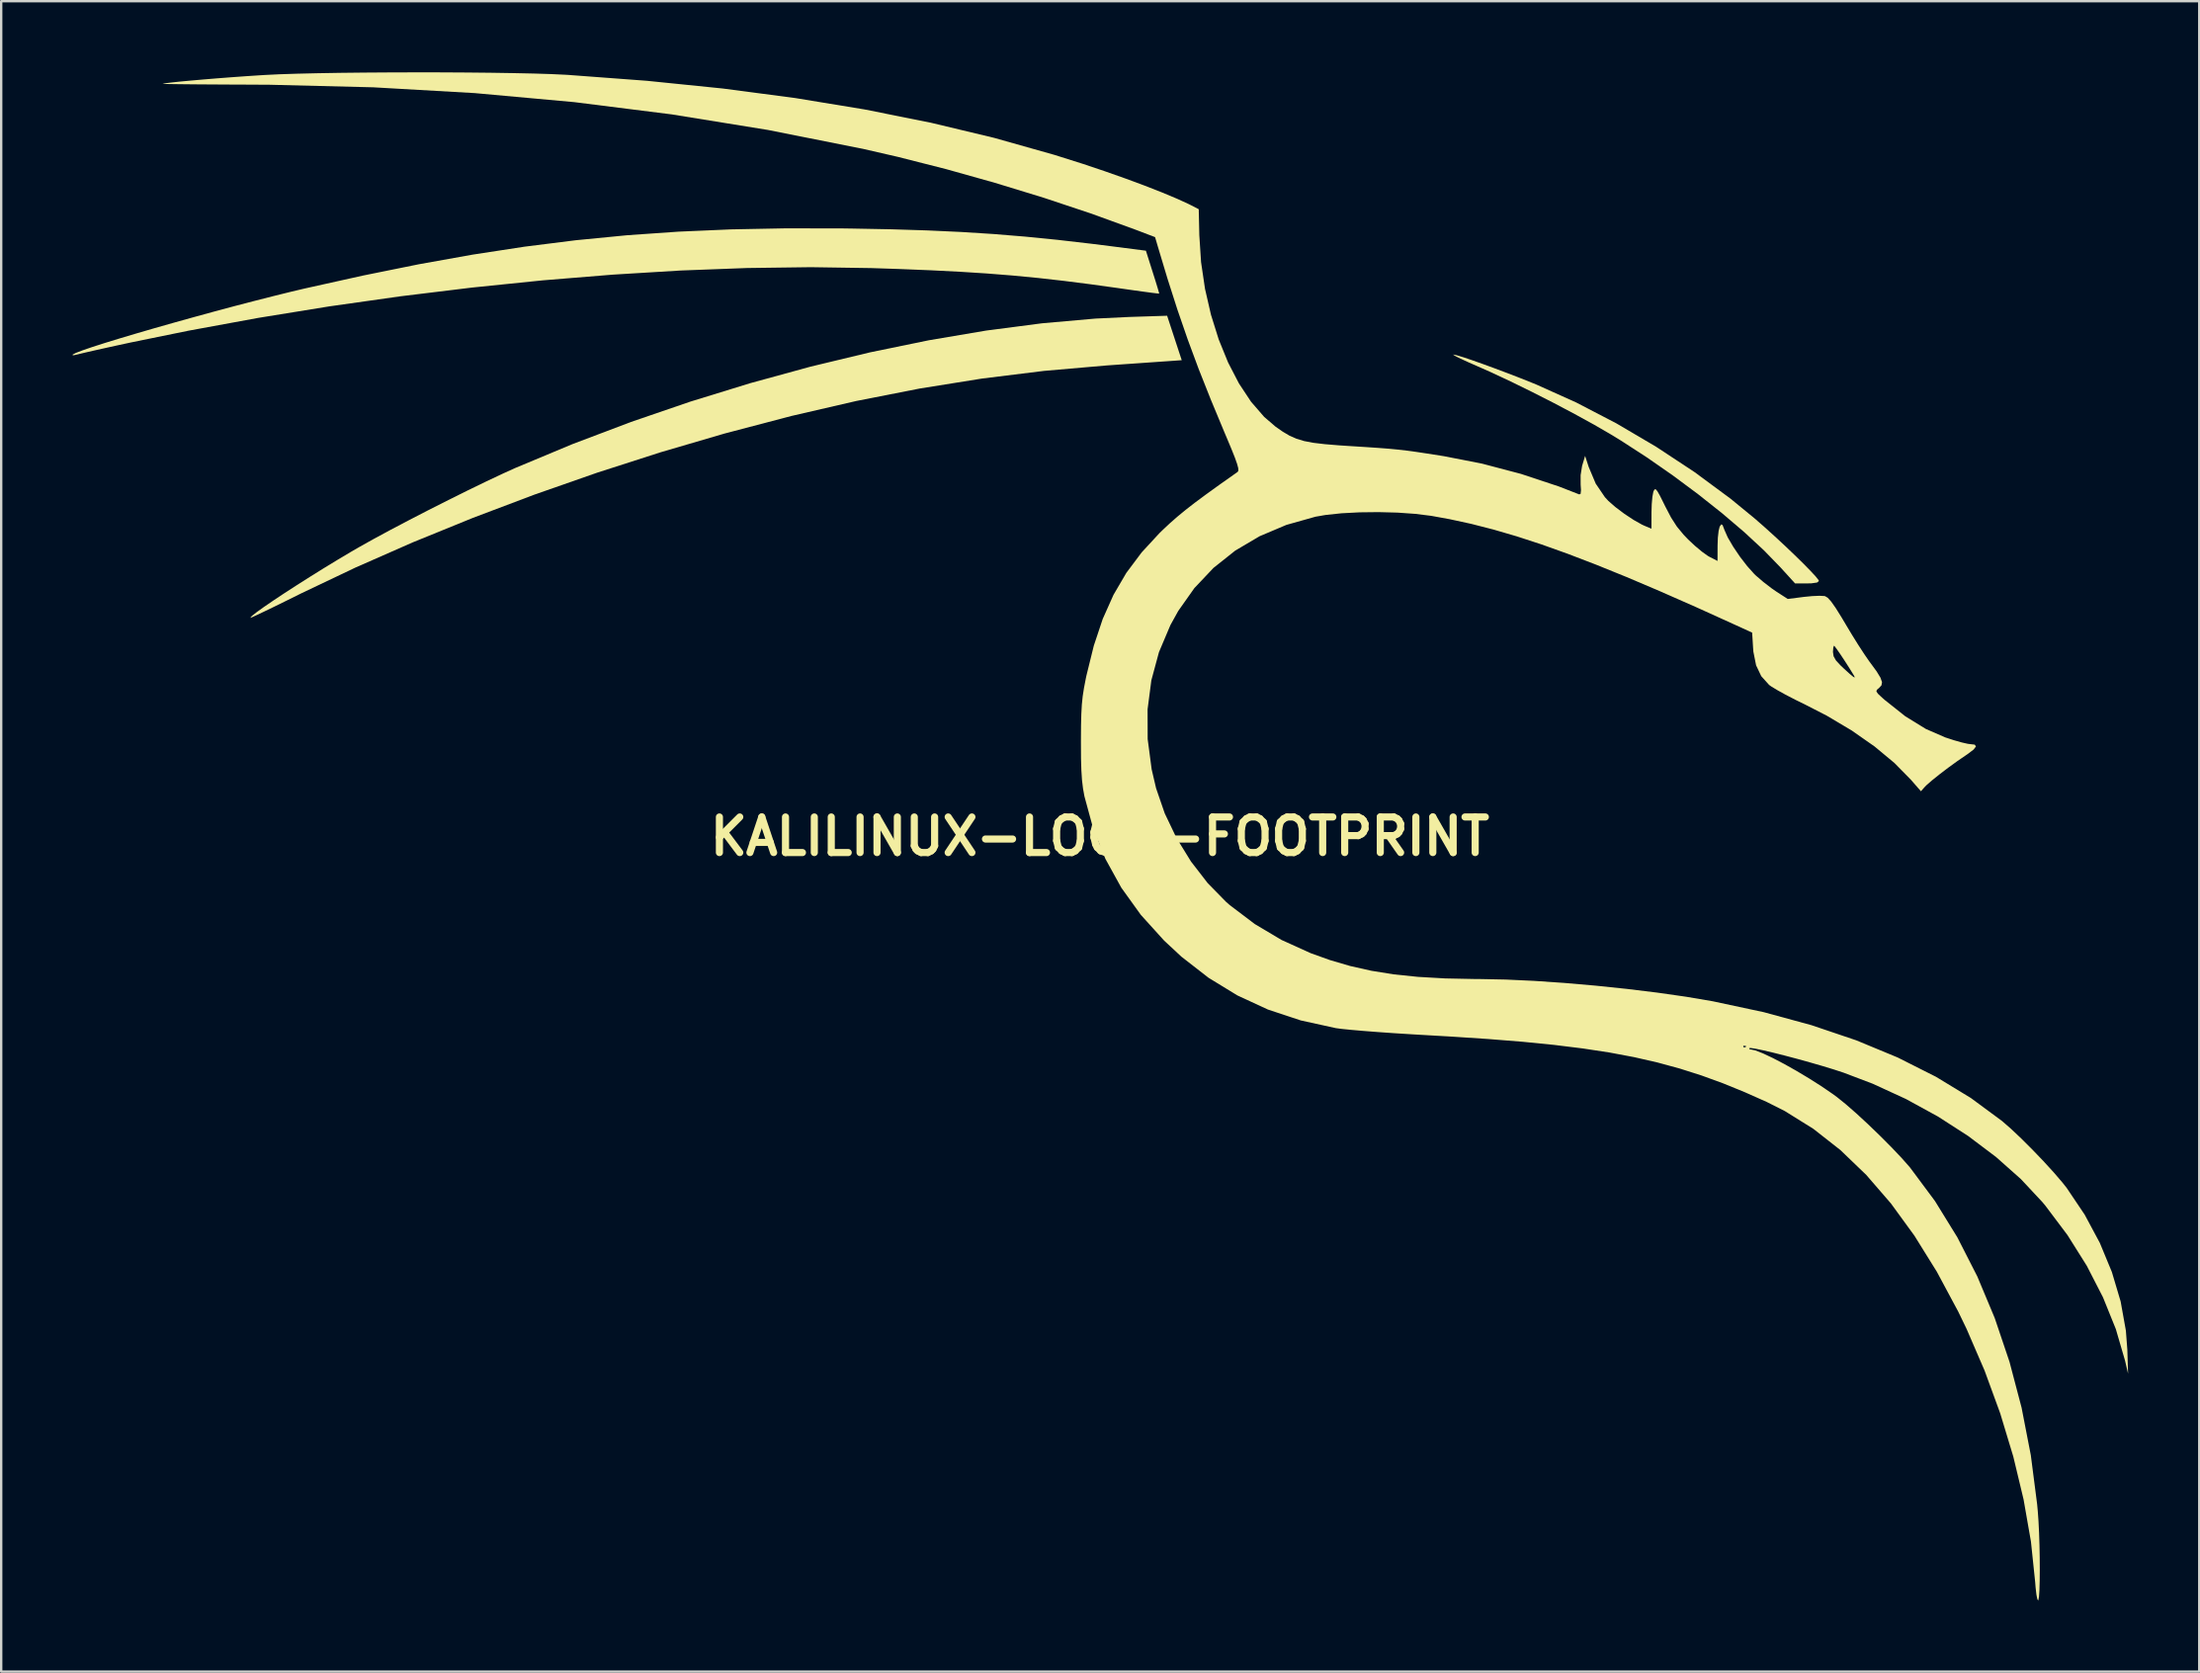
<source format=kicad_pcb>
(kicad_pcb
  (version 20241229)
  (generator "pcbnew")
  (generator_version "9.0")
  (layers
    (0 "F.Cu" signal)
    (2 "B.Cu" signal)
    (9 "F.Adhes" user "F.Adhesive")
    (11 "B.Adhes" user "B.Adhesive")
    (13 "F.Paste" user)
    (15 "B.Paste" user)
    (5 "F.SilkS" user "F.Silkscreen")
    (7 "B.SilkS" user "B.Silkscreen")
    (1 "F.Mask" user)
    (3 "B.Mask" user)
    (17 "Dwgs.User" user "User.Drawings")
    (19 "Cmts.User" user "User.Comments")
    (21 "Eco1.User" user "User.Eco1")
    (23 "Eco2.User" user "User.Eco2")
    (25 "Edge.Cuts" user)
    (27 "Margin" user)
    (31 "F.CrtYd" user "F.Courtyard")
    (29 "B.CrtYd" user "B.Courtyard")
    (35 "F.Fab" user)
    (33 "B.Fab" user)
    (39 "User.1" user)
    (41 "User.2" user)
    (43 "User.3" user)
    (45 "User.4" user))
  (footprint "KALILINUX-LOGO-FOOTPRINT"
    (layer "F.Cu")
    (at 43.311 32.214)
    (property "Reference" "KALILINUX-LOGO-FOOTPRINT" (at 0 0 0) (layer "F.SilkS") (effects (font (size 1.5 1.5) (thickness 0.3))))
    (attr board_only exclude_from_pos_files exclude_from_bom)
    (fp_poly (pts (xy 15.04 -20.288) (xy 15.309 -20.207) (xy 15.684 -20.081) (xy 16.139 -19.92) (xy 16.65 -19.733) (xy 17.19 -19.53) (xy 17.734 -19.32) (xy 18.256 -19.111) (xy 18.415 -19.046) (xy 20.083 -18.295) (xy 21.776 -17.414) (xy 23.451 -16.428) (xy 25.069 -15.361) (xy 26.589 -14.238) (xy 27.609 -13.401) (xy 28.028 -13.034) (xy 28.459 -12.644) (xy 28.886 -12.248) (xy 29.288 -11.864) (xy 29.649 -11.511) (xy 29.948 -11.206) (xy 30.169 -10.968) (xy 30.292 -10.814) (xy 30.311 -10.771) (xy 30.232 -10.705) (xy 29.995 -10.672) (xy 29.808 -10.668) (xy 29.306 -10.668) (xy 28.686 -11.349) (xy 27.989 -12.066) (xy 27.162 -12.832) (xy 26.23 -13.626) (xy 25.219 -14.428) (xy 24.154 -15.22) (xy 23.061 -15.98) (xy 21.965 -16.69) (xy 21.548 -16.945) (xy 20.838 -17.357) (xy 20.016 -17.809) (xy 19.125 -18.28) (xy 18.21 -18.745) (xy 17.315 -19.184) (xy 16.484 -19.573) (xy 15.917 -19.824) (xy 15.528 -19.995) (xy 15.212 -20.14) (xy 14.995 -20.248) (xy 14.898 -20.308) (xy 14.903 -20.317)) (stroke (width 0) (type solid)) (fill yes) (layer "F.SilkS"))
    (fp_poly (pts (xy 3.144 -21.016) (xy 3.452 -20.079) (xy 2.848 -20.036) (xy 2.585 -20.018) (xy 2.187 -19.99) (xy 1.689 -19.955) (xy 1.123 -19.916) (xy 0.525 -19.874) (xy 0.273 -19.856) (xy -2.351 -19.628) (xy -4.964 -19.305) (xy -7.592 -18.884) (xy -10.263 -18.36) (xy -13.002 -17.727) (xy -15.836 -16.982) (xy -15.869 -16.972) (xy -18.514 -16.197) (xy -21.176 -15.341) (xy -23.824 -14.415) (xy -26.428 -13.431) (xy -28.957 -12.401) (xy -31.379 -11.336) (xy -33.665 -10.248) (xy -33.761 -10.2) (xy -34.3 -9.933) (xy -34.787 -9.694) (xy -35.201 -9.494) (xy -35.523 -9.341) (xy -35.734 -9.244) (xy -35.814 -9.214) (xy -35.814 -9.215) (xy -35.744 -9.296) (xy -35.548 -9.452) (xy -35.242 -9.671) (xy -34.846 -9.942) (xy -34.378 -10.253) (xy -33.855 -10.591) (xy -33.296 -10.946) (xy -32.719 -11.306) (xy -32.142 -11.657) (xy -31.584 -11.99) (xy -31.242 -12.188) (xy -30.644 -12.523) (xy -29.934 -12.907) (xy -29.144 -13.323) (xy -28.308 -13.755) (xy -27.457 -14.185) (xy -26.627 -14.598) (xy -25.848 -14.976) (xy -25.155 -15.302) (xy -24.638 -15.536) (xy -22.23 -16.541) (xy -19.763 -17.475) (xy -17.257 -18.334) (xy -14.73 -19.112) (xy -12.201 -19.805) (xy -9.689 -20.409) (xy -7.213 -20.918) (xy -4.791 -21.328) (xy -2.443 -21.634) (xy -0.187 -21.833) (xy 1.228 -21.901) (xy 2.836 -21.953)) (stroke (width 0) (type solid)) (fill yes) (layer "F.SilkS"))
    (fp_poly (pts (xy -10.827 -25.634) (xy -10.414 -25.628) (xy -8.776 -25.597) (xy -7.269 -25.55) (xy -5.855 -25.485) (xy -4.494 -25.399) (xy -3.149 -25.289) (xy -1.783 -25.153) (xy -0.355 -24.988) (xy 0.488 -24.882) (xy 1.942 -24.695) (xy 2.226 -23.798) (xy 2.34 -23.438) (xy 2.43 -23.144) (xy 2.487 -22.949) (xy 2.502 -22.886) (xy 2.42 -22.893) (xy 2.195 -22.92) (xy 1.853 -22.966) (xy 1.419 -23.026) (xy 0.918 -23.097) (xy 0.802 -23.114) (xy -0.394 -23.28) (xy -1.518 -23.423) (xy -2.601 -23.545) (xy -3.673 -23.648) (xy -4.766 -23.735) (xy -5.911 -23.808) (xy -7.138 -23.87) (xy -8.479 -23.924) (xy -9.632 -23.962) (xy -12.186 -24) (xy -14.869 -23.965) (xy -17.661 -23.86) (xy -20.539 -23.685) (xy -23.482 -23.445) (xy -26.469 -23.14) (xy -29.477 -22.773) (xy -32.484 -22.347) (xy -35.47 -21.863) (xy -38.412 -21.323) (xy -40.852 -20.825) (xy -41.421 -20.702) (xy -41.95 -20.586) (xy -42.411 -20.483) (xy -42.777 -20.399) (xy -43.02 -20.341) (xy -43.09 -20.323) (xy -43.257 -20.286) (xy -43.311 -20.3) (xy -43.301 -20.313) (xy -43.168 -20.384) (xy -42.886 -20.493) (xy -42.474 -20.634) (xy -41.948 -20.803) (xy -41.325 -20.994) (xy -40.62 -21.204) (xy -39.851 -21.428) (xy -39.034 -21.66) (xy -38.187 -21.896) (xy -37.325 -22.132) (xy -36.465 -22.362) (xy -35.624 -22.581) (xy -34.818 -22.786) (xy -34.065 -22.972) (xy -33.517 -23.101) (xy -31.045 -23.65) (xy -28.696 -24.125) (xy -26.439 -24.529) (xy -24.247 -24.865) (xy -22.09 -25.136) (xy -19.939 -25.346) (xy -17.766 -25.498) (xy -15.543 -25.594) (xy -13.239 -25.638)) (stroke (width 0) (type solid)) (fill yes) (layer "F.SilkS"))
    (fp_poly (pts (xy -27.764 -32.213) (xy -26.695 -32.207) (xy -25.673 -32.197) (xy -24.722 -32.182) (xy -23.865 -32.164) (xy -23.126 -32.141) (xy -22.528 -32.113) (xy -22.437 -32.108) (xy -19.094 -31.858) (xy -15.898 -31.533) (xy -12.843 -31.131) (xy -9.922 -30.651) (xy -7.13 -30.092) (xy -4.462 -29.454) (xy -1.911 -28.734) (xy -0.699 -28.351) (xy 0.206 -28.046) (xy 1.079 -27.738) (xy 1.895 -27.436) (xy 2.629 -27.148) (xy 3.255 -26.886) (xy 3.75 -26.659) (xy 3.841 -26.613) (xy 4.169 -26.444) (xy 4.193 -25.351) (xy 4.267 -24.214) (xy 4.433 -23.09) (xy 4.684 -21.996) (xy 5.011 -20.953) (xy 5.407 -19.981) (xy 5.863 -19.1) (xy 6.372 -18.33) (xy 6.926 -17.69) (xy 7.405 -17.278) (xy 7.712 -17.064) (xy 7.996 -16.896) (xy 8.286 -16.768) (xy 8.611 -16.67) (xy 8.999 -16.596) (xy 9.481 -16.539) (xy 10.085 -16.489) (xy 10.541 -16.459) (xy 11.204 -16.417) (xy 11.737 -16.381) (xy 12.177 -16.347) (xy 12.564 -16.31) (xy 12.935 -16.267) (xy 13.33 -16.214) (xy 13.786 -16.145) (xy 14.342 -16.058) (xy 14.511 -16.031) (xy 16.115 -15.717) (xy 17.751 -15.286) (xy 19.348 -14.756) (xy 20.209 -14.421) (xy 20.266 -14.446) (xy 20.282 -14.601) (xy 20.267 -14.831) (xy 20.266 -15.233) (xy 20.327 -15.617) (xy 20.34 -15.663) (xy 20.455 -16.044) (xy 20.606 -15.579) (xy 20.902 -14.876) (xy 21.29 -14.304) (xy 21.436 -14.146) (xy 21.736 -13.884) (xy 22.111 -13.602) (xy 22.502 -13.344) (xy 22.852 -13.147) (xy 22.954 -13.1) (xy 23.251 -12.976) (xy 23.253 -13.664) (xy 23.264 -14.015) (xy 23.292 -14.323) (xy 23.331 -14.53) (xy 23.339 -14.554) (xy 23.382 -14.631) (xy 23.431 -14.638) (xy 23.502 -14.555) (xy 23.611 -14.363) (xy 23.771 -14.042) (xy 23.831 -13.92) (xy 24.081 -13.442) (xy 24.325 -13.063) (xy 24.606 -12.723) (xy 24.798 -12.522) (xy 25.09 -12.249) (xy 25.383 -12.005) (xy 25.629 -11.829) (xy 25.697 -11.79) (xy 26.037 -11.616) (xy 26.039 -12.264) (xy 26.051 -12.599) (xy 26.083 -12.883) (xy 26.127 -13.061) (xy 26.133 -13.072) (xy 26.198 -13.16) (xy 26.25 -13.127) (xy 26.317 -12.955) (xy 26.327 -12.926) (xy 26.47 -12.605) (xy 26.7 -12.212) (xy 26.984 -11.792) (xy 27.291 -11.394) (xy 27.587 -11.064) (xy 27.657 -10.997) (xy 27.967 -10.731) (xy 28.319 -10.46) (xy 28.538 -10.309) (xy 28.998 -10.013) (xy 29.68 -10.1) (xy 30.03 -10.134) (xy 30.336 -10.147) (xy 30.544 -10.136) (xy 30.569 -10.131) (xy 30.682 -10.064) (xy 30.826 -9.905) (xy 31.014 -9.639) (xy 31.258 -9.249) (xy 31.434 -8.953) (xy 31.699 -8.511) (xy 31.971 -8.074) (xy 32.224 -7.686) (xy 32.429 -7.388) (xy 32.477 -7.324) (xy 32.744 -6.959) (xy 32.905 -6.695) (xy 32.971 -6.508) (xy 32.948 -6.372) (xy 32.847 -6.263) (xy 32.847 -6.262) (xy 32.754 -6.184) (xy 32.733 -6.113) (xy 32.802 -6.014) (xy 32.975 -5.852) (xy 33.075 -5.763) (xy 33.952 -5.067) (xy 34.817 -4.534) (xy 35.638 -4.176) (xy 36.007 -4.056) (xy 36.34 -3.962) (xy 36.588 -3.906) (xy 36.677 -3.895) (xy 36.879 -3.871) (xy 36.931 -3.796) (xy 36.833 -3.666) (xy 36.581 -3.475) (xy 36.511 -3.427) (xy 36.147 -3.178) (xy 35.762 -2.899) (xy 35.393 -2.618) (xy 35.074 -2.362) (xy 34.842 -2.159) (xy 34.768 -2.083) (xy 34.611 -1.906) (xy 34.186 -2.394) (xy 33.493 -3.099) (xy 32.655 -3.795) (xy 31.696 -4.466) (xy 30.641 -5.093) (xy 29.76 -5.545) (xy 29.311 -5.766) (xy 28.895 -5.982) (xy 28.547 -6.175) (xy 28.299 -6.326) (xy 28.211 -6.389) (xy 27.88 -6.758) (xy 27.662 -7.216) (xy 27.551 -7.773) (xy 30.903 -7.773) (xy 30.93 -7.597) (xy 31.028 -7.423) (xy 31.226 -7.208) (xy 31.344 -7.096) (xy 31.607 -6.857) (xy 31.762 -6.728) (xy 31.821 -6.7) (xy 31.798 -6.765) (xy 31.781 -6.795) (xy 31.605 -7.081) (xy 31.413 -7.381) (xy 31.228 -7.661) (xy 31.073 -7.885) (xy 30.972 -8.02) (xy 30.946 -8.043) (xy 30.917 -7.969) (xy 30.903 -7.789) (xy 30.903 -7.773) (xy 27.551 -7.773) (xy 27.548 -7.787) (xy 27.535 -7.959) (xy 27.496 -8.594) (xy 26.765 -8.928) (xy 25.115 -9.676) (xy 23.599 -10.344) (xy 22.204 -10.937) (xy 20.917 -11.459) (xy 19.726 -11.916) (xy 18.617 -12.312) (xy 17.578 -12.651) (xy 16.596 -12.938) (xy 15.657 -13.178) (xy 14.75 -13.375) (xy 13.97 -13.517) (xy 13.304 -13.6) (xy 12.549 -13.653) (xy 11.748 -13.674) (xy 10.946 -13.665) (xy 10.187 -13.625) (xy 9.517 -13.554) (xy 9.089 -13.48) (xy 7.863 -13.135) (xy 6.734 -12.657) (xy 5.707 -12.051) (xy 4.789 -11.321) (xy 3.986 -10.472) (xy 3.305 -9.508) (xy 2.975 -8.912) (xy 2.492 -7.77) (xy 2.171 -6.583) (xy 2.012 -5.359) (xy 2.016 -4.106) (xy 2.184 -2.832) (xy 2.371 -2.032) (xy 2.734 -0.977) (xy 3.232 0.065) (xy 3.844 1.058) (xy 4.546 1.966) (xy 5.316 2.752) (xy 5.478 2.894) (xy 6.531 3.692) (xy 7.659 4.363) (xy 8.888 4.92) (xy 9.694 5.209) (xy 10.553 5.461) (xy 11.441 5.661) (xy 12.386 5.813) (xy 13.413 5.919) (xy 14.549 5.984) (xy 15.82 6.01) (xy 16.044 6.011) (xy 17.108 6.032) (xy 18.297 6.087) (xy 19.57 6.174) (xy 20.888 6.288) (xy 22.211 6.426) (xy 23.498 6.583) (xy 24.709 6.756) (xy 25.804 6.942) (xy 25.852 6.951) (xy 27.99 7.408) (xy 30.002 7.957) (xy 31.885 8.594) (xy 33.634 9.319) (xy 35.245 10.131) (xy 36.716 11.026) (xy 38.028 11.994) (xy 38.397 12.315) (xy 38.834 12.728) (xy 39.305 13.197) (xy 39.775 13.687) (xy 40.209 14.162) (xy 40.572 14.585) (xy 40.754 14.815) (xy 41.514 15.945) (xy 42.152 17.135) (xy 42.66 18.362) (xy 43.029 19.602) (xy 43.25 20.833) (xy 43.311 21.632) (xy 43.343 22.648) (xy 43.215 22.098) (xy 42.827 20.769) (xy 42.285 19.428) (xy 41.602 18.099) (xy 40.789 16.806) (xy 39.86 15.57) (xy 39.726 15.409) (xy 38.822 14.442) (xy 37.773 13.51) (xy 36.601 12.627) (xy 35.33 11.808) (xy 33.981 11.069) (xy 32.578 10.424) (xy 31.355 9.959) (xy 30.937 9.822) (xy 30.455 9.675) (xy 29.934 9.525) (xy 29.4 9.377) (xy 28.879 9.239) (xy 28.396 9.117) (xy 27.978 9.019) (xy 27.651 8.95) (xy 27.439 8.918) (xy 27.371 8.923) (xy 27.386 8.97) (xy 27.425 8.975) (xy 27.636 9.02) (xy 27.961 9.148) (xy 28.374 9.343) (xy 28.85 9.592) (xy 29.364 9.881) (xy 29.889 10.195) (xy 30.402 10.521) (xy 30.875 10.844) (xy 31.073 10.988) (xy 31.438 11.282) (xy 31.883 11.671) (xy 32.372 12.122) (xy 32.874 12.606) (xy 33.355 13.088) (xy 33.782 13.537) (xy 34.122 13.921) (xy 34.162 13.97) (xy 35.203 15.37) (xy 36.146 16.899) (xy 36.987 18.547) (xy 37.721 20.301) (xy 38.345 22.149) (xy 38.854 24.082) (xy 39.243 26.085) (xy 39.509 28.149) (xy 39.537 28.448) (xy 39.567 28.871) (xy 39.591 29.358) (xy 39.608 29.88) (xy 39.618 30.409) (xy 39.621 30.919) (xy 39.617 31.379) (xy 39.606 31.764) (xy 39.588 32.045) (xy 39.562 32.193) (xy 39.552 32.208) (xy 39.516 32.149) (xy 39.478 31.955) (xy 39.444 31.659) (xy 39.426 31.43) (xy 39.248 29.725) (xy 38.938 27.953) (xy 38.504 26.142) (xy 37.953 24.321) (xy 37.294 22.517) (xy 36.534 20.758) (xy 36.182 20.029) (xy 35.281 18.349) (xy 34.336 16.83) (xy 33.346 15.471) (xy 32.307 14.269) (xy 31.217 13.221) (xy 30.075 12.325) (xy 28.878 11.579) (xy 28.109 11.191) (xy 27.175 10.776) (xy 26.265 10.405) (xy 25.362 10.076) (xy 24.449 9.785) (xy 23.509 9.529) (xy 22.525 9.304) (xy 21.482 9.108) (xy 20.361 8.937) (xy 19.526 8.834) (xy 27.122 8.834) (xy 27.133 8.884) (xy 27.178 8.89) (xy 27.248 8.859) (xy 27.234 8.834) (xy 27.134 8.823) (xy 27.122 8.834) (xy 19.526 8.834) (xy 19.147 8.787) (xy 17.822 8.655) (xy 16.371 8.539) (xy 14.775 8.434) (xy 13.885 8.383) (xy 13.132 8.339) (xy 12.4 8.293) (xy 11.714 8.245) (xy 11.1 8.197) (xy 10.582 8.152) (xy 10.186 8.112) (xy 9.948 8.08) (xy 8.467 7.755) (xy 7.087 7.297) (xy 5.796 6.7) (xy 4.583 5.958) (xy 3.437 5.067) (xy 2.707 4.387) (xy 1.728 3.305) (xy 0.905 2.16) (xy 0.236 0.947) (xy -0.282 -0.339) (xy -0.65 -1.693) (xy -0.709 -2.02) (xy -0.752 -2.374) (xy -0.779 -2.79) (xy -0.794 -3.301) (xy -0.797 -3.941) (xy -0.797 -4.064) (xy -0.793 -4.677) (xy -0.781 -5.161) (xy -0.759 -5.559) (xy -0.723 -5.911) (xy -0.669 -6.259) (xy -0.595 -6.643) (xy -0.568 -6.773) (xy -0.255 -8.04) (xy 0.121 -9.169) (xy 0.575 -10.186) (xy 1.117 -11.113) (xy 1.762 -11.975) (xy 2.521 -12.797) (xy 2.656 -12.927) (xy 2.958 -13.21) (xy 3.271 -13.484) (xy 3.614 -13.767) (xy 4.011 -14.075) (xy 4.483 -14.425) (xy 5.05 -14.834) (xy 5.736 -15.318) (xy 5.806 -15.367) (xy 5.838 -15.42) (xy 5.834 -15.525) (xy 5.788 -15.7) (xy 5.694 -15.967) (xy 5.544 -16.343) (xy 5.332 -16.849) (xy 5.26 -17.018) (xy 4.68 -18.411) (xy 4.166 -19.707) (xy 3.702 -20.958) (xy 3.269 -22.212) (xy 2.85 -23.521) (xy 2.439 -24.889) (xy 2.328 -25.267) (xy 1.482 -25.589) (xy -0.385 -26.267) (xy -2.37 -26.928) (xy -4.422 -27.556) (xy -6.488 -28.136) (xy -8.519 -28.652) (xy -9.991 -28.99) (xy -13.99 -29.785) (xy -18.043 -30.441) (xy -22.161 -30.959) (xy -26.351 -31.339) (xy -30.624 -31.583) (xy -34.989 -31.691) (xy -35.87 -31.696) (xy -36.637 -31.699) (xy -37.349 -31.703) (xy -37.988 -31.707) (xy -38.536 -31.712) (xy -38.978 -31.717) (xy -39.296 -31.722) (xy -39.472 -31.727) (xy -39.503 -31.73) (xy -39.406 -31.752) (xy -39.164 -31.783) (xy -38.801 -31.822) (xy -38.34 -31.865) (xy -37.806 -31.912) (xy -37.222 -31.96) (xy -36.612 -32.007) (xy -36 -32.051) (xy -35.409 -32.09) (xy -35.179 -32.104) (xy -34.583 -32.133) (xy -33.845 -32.157) (xy -32.989 -32.177) (xy -32.039 -32.193) (xy -31.017 -32.204) (xy -29.949 -32.211) (xy -28.857 -32.214)) (stroke (width 0) (type solid)) (fill yes) (layer "F.SilkS")))
  (gr_rect
    (start -3 -3)
    (end 89.654 67.422)
    (stroke (width 0.1) (type default))
    (fill no)
    (layer "Edge.Cuts")))
</source>
